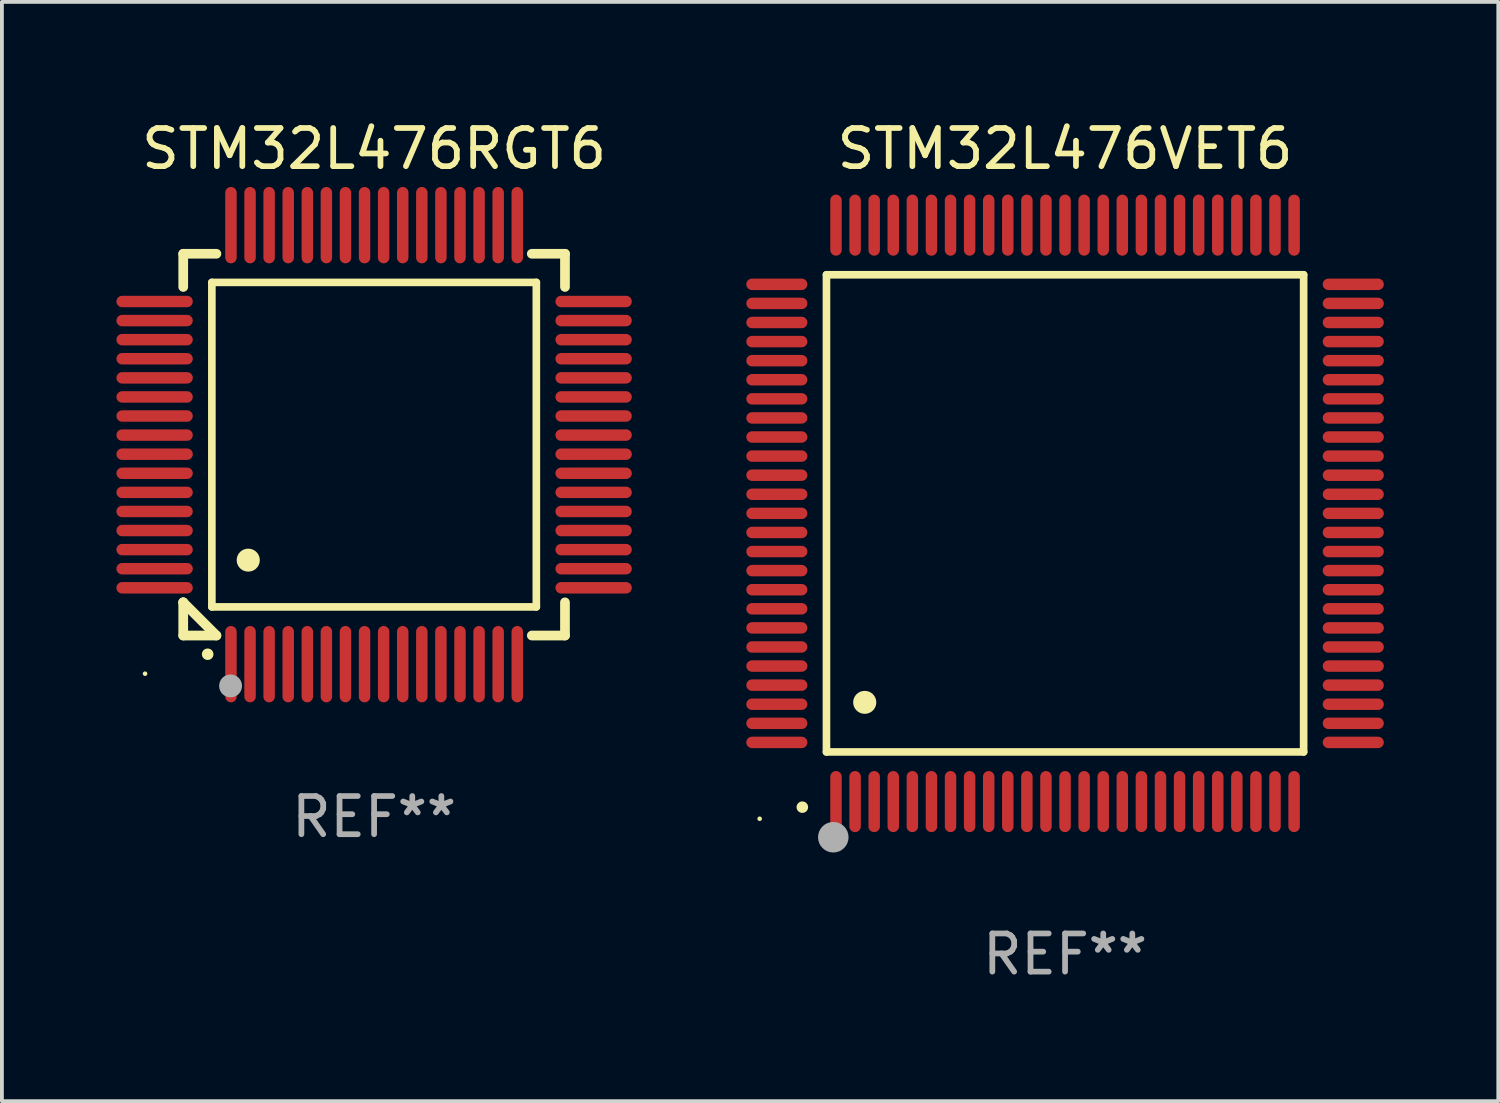
<source format=kicad_pcb>
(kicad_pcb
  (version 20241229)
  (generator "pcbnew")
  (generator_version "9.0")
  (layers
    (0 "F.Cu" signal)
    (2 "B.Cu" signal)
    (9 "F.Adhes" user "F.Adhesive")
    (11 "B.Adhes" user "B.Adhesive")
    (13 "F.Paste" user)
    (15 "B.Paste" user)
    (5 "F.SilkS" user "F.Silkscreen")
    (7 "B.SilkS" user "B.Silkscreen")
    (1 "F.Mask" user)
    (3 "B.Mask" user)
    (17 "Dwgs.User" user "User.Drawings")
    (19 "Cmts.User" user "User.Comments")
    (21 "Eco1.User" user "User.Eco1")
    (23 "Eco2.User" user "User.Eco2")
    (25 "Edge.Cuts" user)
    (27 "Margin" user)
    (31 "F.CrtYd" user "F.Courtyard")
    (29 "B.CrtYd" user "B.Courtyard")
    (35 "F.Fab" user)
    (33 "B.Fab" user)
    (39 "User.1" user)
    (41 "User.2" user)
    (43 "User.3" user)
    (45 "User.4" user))
  (footprint "STM32L476RGT6"
    (layer "F.Cu")
    (at 6.75 8.598)
    (property "Reference" "STM32L476RGT6" (at 0 -7.75 0) (layer "F.SilkS") (effects (font (size 1 1) (thickness 0.15))))
    (attr through_hole)
    (fp_line (start -5 -5) (end -4.131 -5) (stroke (width 0.254) (type solid)) (layer "F.SilkS"))
    (fp_line (start -5 -4.131) (end -5 -5) (stroke (width 0.254) (type solid)) (layer "F.SilkS"))
    (fp_line (start -5 4.131) (end -5 4.131) (stroke (width 0.254) (type solid)) (layer "F.SilkS"))
    (fp_line (start -5 5) (end -5 4.131) (stroke (width 0.254) (type solid)) (layer "F.SilkS"))
    (fp_line (start -5 4.131) (end -4.131 5) (stroke (width 0.254) (type solid)) (layer "F.SilkS"))
    (fp_line (start -4.25 -4.25) (end -4.25 4.25) (stroke (width 0.2) (type solid)) (layer "F.SilkS"))
    (fp_line (start -4.25 4.25) (end 4.25 4.25) (stroke (width 0.2) (type solid)) (layer "F.SilkS"))
    (fp_line (start -4.131 5) (end -5 5) (stroke (width 0.254) (type solid)) (layer "F.SilkS"))
    (fp_line (start 4.25 -4.25) (end -4.25 -4.25) (stroke (width 0.2) (type solid)) (layer "F.SilkS"))
    (fp_line (start 4.25 4.25) (end 4.25 -4.25) (stroke (width 0.2) (type solid)) (layer "F.SilkS"))
    (fp_line (start 5 -5) (end 4.131 -5) (stroke (width 0.254) (type solid)) (layer "F.SilkS"))
    (fp_line (start 5 -5) (end 5 -4.131) (stroke (width 0.254) (type solid)) (layer "F.SilkS"))
    (fp_line (start 5 4.131) (end 5 5) (stroke (width 0.254) (type solid)) (layer "F.SilkS"))
    (fp_line (start 5 5) (end 4.131 5) (stroke (width 0.254) (type solid)) (layer "F.SilkS"))
    (fp_arc (start -4.361265 5.489992) (mid -4.359995 5.489987) (end -4.358725 5.489992) (stroke (width 0.3) (type solid)) (layer "F.SilkS"))
    (fp_arc (start -3.299467 3.025146) (mid -3.296927 3.025135) (end -3.294387 3.025146) (stroke (width 0.6) (type solid)) (layer "F.SilkS"))
    (fp_circle (center -6 6) (end -5.97 6) (stroke (width 0.06) (type solid)) (fill no) (layer "F.SilkS"))
    (fp_circle (center -3.76 6.32) (end -3.61 6.32) (stroke (width 0.3) (type solid)) (fill no) (layer "F.Fab"))
    (fp_text user "REF**" (at 0 9.75 0) (layer "F.Fab") (effects (font (size 1 1) (thickness 0.15))))
    (pad "1" smd oval (at -3.75 5.75) (size 0.3 2) (layers "F.Cu" "F.Mask" "F.Paste"))
    (pad "2" smd oval (at -3.25 5.75) (size 0.3 2) (layers "F.Cu" "F.Mask" "F.Paste"))
    (pad "3" smd oval (at -2.75 5.75) (size 0.3 2) (layers "F.Cu" "F.Mask" "F.Paste"))
    (pad "4" smd oval (at -2.25 5.75) (size 0.3 2) (layers "F.Cu" "F.Mask" "F.Paste"))
    (pad "5" smd oval (at -1.75 5.75) (size 0.3 2) (layers "F.Cu" "F.Mask" "F.Paste"))
    (pad "6" smd oval (at -1.25 5.75) (size 0.3 2) (layers "F.Cu" "F.Mask" "F.Paste"))
    (pad "7" smd oval (at -0.75 5.75) (size 0.3 2) (layers "F.Cu" "F.Mask" "F.Paste"))
    (pad "8" smd oval (at -0.25 5.75) (size 0.3 2) (layers "F.Cu" "F.Mask" "F.Paste"))
    (pad "9" smd oval (at 0.25 5.75) (size 0.3 2) (layers "F.Cu" "F.Mask" "F.Paste"))
    (pad "10" smd oval (at 0.75 5.75) (size 0.3 2) (layers "F.Cu" "F.Mask" "F.Paste"))
    (pad "11" smd oval (at 1.25 5.75) (size 0.3 2) (layers "F.Cu" "F.Mask" "F.Paste"))
    (pad "12" smd oval (at 1.75 5.75) (size 0.3 2) (layers "F.Cu" "F.Mask" "F.Paste"))
    (pad "13" smd oval (at 2.25 5.75) (size 0.3 2) (layers "F.Cu" "F.Mask" "F.Paste"))
    (pad "14" smd oval (at 2.75 5.75) (size 0.3 2) (layers "F.Cu" "F.Mask" "F.Paste"))
    (pad "15" smd oval (at 3.25 5.75) (size 0.3 2) (layers "F.Cu" "F.Mask" "F.Paste"))
    (pad "16" smd oval (at 3.75 5.75) (size 0.3 2) (layers "F.Cu" "F.Mask" "F.Paste"))
    (pad "17" smd oval (at 5.75 3.75) (size 2 0.3) (layers "F.Cu" "F.Mask" "F.Paste"))
    (pad "18" smd oval (at 5.75 3.25) (size 2 0.3) (layers "F.Cu" "F.Mask" "F.Paste"))
    (pad "19" smd oval (at 5.75 2.75) (size 2 0.3) (layers "F.Cu" "F.Mask" "F.Paste"))
    (pad "20" smd oval (at 5.75 2.25) (size 2 0.3) (layers "F.Cu" "F.Mask" "F.Paste"))
    (pad "21" smd oval (at 5.75 1.75) (size 2 0.3) (layers "F.Cu" "F.Mask" "F.Paste"))
    (pad "22" smd oval (at 5.75 1.25) (size 2 0.3) (layers "F.Cu" "F.Mask" "F.Paste"))
    (pad "23" smd oval (at 5.75 0.75) (size 2 0.3) (layers "F.Cu" "F.Mask" "F.Paste"))
    (pad "24" smd oval (at 5.75 0.25) (size 2 0.3) (layers "F.Cu" "F.Mask" "F.Paste"))
    (pad "25" smd oval (at 5.75 -0.25) (size 2 0.3) (layers "F.Cu" "F.Mask" "F.Paste"))
    (pad "26" smd oval (at 5.75 -0.75) (size 2 0.3) (layers "F.Cu" "F.Mask" "F.Paste"))
    (pad "27" smd oval (at 5.75 -1.25) (size 2 0.3) (layers "F.Cu" "F.Mask" "F.Paste"))
    (pad "28" smd oval (at 5.75 -1.75) (size 2 0.3) (layers "F.Cu" "F.Mask" "F.Paste"))
    (pad "29" smd oval (at 5.75 -2.25) (size 2 0.3) (layers "F.Cu" "F.Mask" "F.Paste"))
    (pad "30" smd oval (at 5.75 -2.75) (size 2 0.3) (layers "F.Cu" "F.Mask" "F.Paste"))
    (pad "31" smd oval (at 5.75 -3.25) (size 2 0.3) (layers "F.Cu" "F.Mask" "F.Paste"))
    (pad "32" smd oval (at 5.75 -3.75) (size 2 0.3) (layers "F.Cu" "F.Mask" "F.Paste"))
    (pad "33" smd oval (at 3.75 -5.75) (size 0.3 2) (layers "F.Cu" "F.Mask" "F.Paste"))
    (pad "34" smd oval (at 3.25 -5.75) (size 0.3 2) (layers "F.Cu" "F.Mask" "F.Paste"))
    (pad "35" smd oval (at 2.75 -5.75) (size 0.3 2) (layers "F.Cu" "F.Mask" "F.Paste"))
    (pad "36" smd oval (at 2.25 -5.75) (size 0.3 2) (layers "F.Cu" "F.Mask" "F.Paste"))
    (pad "37" smd oval (at 1.75 -5.75) (size 0.3 2) (layers "F.Cu" "F.Mask" "F.Paste"))
    (pad "38" smd oval (at 1.25 -5.75) (size 0.3 2) (layers "F.Cu" "F.Mask" "F.Paste"))
    (pad "39" smd oval (at 0.75 -5.75) (size 0.3 2) (layers "F.Cu" "F.Mask" "F.Paste"))
    (pad "40" smd oval (at 0.25 -5.75) (size 0.3 2) (layers "F.Cu" "F.Mask" "F.Paste"))
    (pad "41" smd oval (at -0.25 -5.75) (size 0.3 2) (layers "F.Cu" "F.Mask" "F.Paste"))
    (pad "42" smd oval (at -0.75 -5.75) (size 0.3 2) (layers "F.Cu" "F.Mask" "F.Paste"))
    (pad "43" smd oval (at -1.25 -5.75) (size 0.3 2) (layers "F.Cu" "F.Mask" "F.Paste"))
    (pad "44" smd oval (at -1.75 -5.75) (size 0.3 2) (layers "F.Cu" "F.Mask" "F.Paste"))
    (pad "45" smd oval (at -2.25 -5.75) (size 0.3 2) (layers "F.Cu" "F.Mask" "F.Paste"))
    (pad "46" smd oval (at -2.75 -5.75) (size 0.3 2) (layers "F.Cu" "F.Mask" "F.Paste"))
    (pad "47" smd oval (at -3.25 -5.75) (size 0.3 2) (layers "F.Cu" "F.Mask" "F.Paste"))
    (pad "48" smd oval (at -3.75 -5.75) (size 0.3 2) (layers "F.Cu" "F.Mask" "F.Paste"))
    (pad "49" smd oval (at -5.75 -3.75) (size 2 0.3) (layers "F.Cu" "F.Mask" "F.Paste"))
    (pad "50" smd oval (at -5.75 -3.25) (size 2 0.3) (layers "F.Cu" "F.Mask" "F.Paste"))
    (pad "51" smd oval (at -5.75 -2.75) (size 2 0.3) (layers "F.Cu" "F.Mask" "F.Paste"))
    (pad "52" smd oval (at -5.75 -2.25) (size 2 0.3) (layers "F.Cu" "F.Mask" "F.Paste"))
    (pad "53" smd oval (at -5.75 -1.75) (size 2 0.3) (layers "F.Cu" "F.Mask" "F.Paste"))
    (pad "54" smd oval (at -5.75 -1.25) (size 2 0.3) (layers "F.Cu" "F.Mask" "F.Paste"))
    (pad "55" smd oval (at -5.75 -0.75) (size 2 0.3) (layers "F.Cu" "F.Mask" "F.Paste"))
    (pad "56" smd oval (at -5.75 -0.25) (size 2 0.3) (layers "F.Cu" "F.Mask" "F.Paste"))
    (pad "57" smd oval (at -5.75 0.25) (size 2 0.3) (layers "F.Cu" "F.Mask" "F.Paste"))
    (pad "58" smd oval (at -5.75 0.75) (size 2 0.3) (layers "F.Cu" "F.Mask" "F.Paste"))
    (pad "59" smd oval (at -5.75 1.25) (size 2 0.3) (layers "F.Cu" "F.Mask" "F.Paste"))
    (pad "60" smd oval (at -5.75 1.75) (size 2 0.3) (layers "F.Cu" "F.Mask" "F.Paste"))
    (pad "61" smd oval (at -5.75 2.25) (size 2 0.3) (layers "F.Cu" "F.Mask" "F.Paste"))
    (pad "62" smd oval (at -5.75 2.75) (size 2 0.3) (layers "F.Cu" "F.Mask" "F.Paste"))
    (pad "63" smd oval (at -5.75 3.25) (size 2 0.3) (layers "F.Cu" "F.Mask" "F.Paste"))
    (pad "64" smd oval (at -5.75 3.75) (size 2 0.3) (layers "F.Cu" "F.Mask" "F.Paste")))
  (footprint "STM32L476VET6"
    (layer "F.Cu")
    (at 24.85 10.398)
    (property "Reference" "STM32L476VET6" (at 0 -9.55 0) (layer "F.SilkS") (effects (font (size 1 1) (thickness 0.15))))
    (attr through_hole)
    (fp_line (start -6.25 -6.25) (end -6.25 6.25) (stroke (width 0.2) (type solid)) (layer "F.SilkS"))
    (fp_line (start -6.25 6.25) (end 6.25 6.25) (stroke (width 0.2) (type solid)) (layer "F.SilkS"))
    (fp_line (start 6.25 -6.25) (end -6.25 -6.25) (stroke (width 0.2) (type solid)) (layer "F.SilkS"))
    (fp_line (start 6.25 6.25) (end 6.25 -6.25) (stroke (width 0.2) (type solid)) (layer "F.SilkS"))
    (fp_arc (start -6.883414 7.696215) (mid -6.882144 7.69621) (end -6.880874 7.696215) (stroke (width 0.3) (type solid)) (layer "F.SilkS"))
    (fp_arc (start -5.250191 4.95047) (mid -5.247651 4.950459) (end -5.245111 4.95047) (stroke (width 0.6) (type solid)) (layer "F.SilkS"))
    (fp_circle (center -8 8) (end -7.97 8) (stroke (width 0.06) (type solid)) (fill no) (layer "F.SilkS"))
    (fp_circle (center -6.071 8.484) (end -5.871 8.484) (stroke (width 0.4) (type solid)) (fill no) (layer "F.Fab"))
    (fp_text user "REF**" (at 0 11.55 0) (layer "F.Fab") (effects (font (size 1 1) (thickness 0.15))))
    (pad "1" smd oval (at -6 7.55) (size 0.3 1.6) (layers "F.Cu" "F.Mask" "F.Paste"))
    (pad "2" smd oval (at -5.5 7.55) (size 0.3 1.6) (layers "F.Cu" "F.Mask" "F.Paste"))
    (pad "3" smd oval (at -5 7.55) (size 0.3 1.6) (layers "F.Cu" "F.Mask" "F.Paste"))
    (pad "4" smd oval (at -4.5 7.55) (size 0.3 1.6) (layers "F.Cu" "F.Mask" "F.Paste"))
    (pad "5" smd oval (at -4 7.55) (size 0.3 1.6) (layers "F.Cu" "F.Mask" "F.Paste"))
    (pad "6" smd oval (at -3.5 7.55) (size 0.3 1.6) (layers "F.Cu" "F.Mask" "F.Paste"))
    (pad "7" smd oval (at -3 7.55) (size 0.3 1.6) (layers "F.Cu" "F.Mask" "F.Paste"))
    (pad "8" smd oval (at -2.5 7.55) (size 0.3 1.6) (layers "F.Cu" "F.Mask" "F.Paste"))
    (pad "9" smd oval (at -2 7.55) (size 0.3 1.6) (layers "F.Cu" "F.Mask" "F.Paste"))
    (pad "10" smd oval (at -1.5 7.55) (size 0.3 1.6) (layers "F.Cu" "F.Mask" "F.Paste"))
    (pad "11" smd oval (at -1 7.55) (size 0.3 1.6) (layers "F.Cu" "F.Mask" "F.Paste"))
    (pad "12" smd oval (at -0.5 7.55) (size 0.3 1.6) (layers "F.Cu" "F.Mask" "F.Paste"))
    (pad "13" smd oval (at 0 7.55) (size 0.3 1.6) (layers "F.Cu" "F.Mask" "F.Paste"))
    (pad "14" smd oval (at 0.5 7.55) (size 0.3 1.6) (layers "F.Cu" "F.Mask" "F.Paste"))
    (pad "15" smd oval (at 1 7.55) (size 0.3 1.6) (layers "F.Cu" "F.Mask" "F.Paste"))
    (pad "16" smd oval (at 1.5 7.55) (size 0.3 1.6) (layers "F.Cu" "F.Mask" "F.Paste"))
    (pad "17" smd oval (at 2 7.55) (size 0.3 1.6) (layers "F.Cu" "F.Mask" "F.Paste"))
    (pad "18" smd oval (at 2.5 7.55) (size 0.3 1.6) (layers "F.Cu" "F.Mask" "F.Paste"))
    (pad "19" smd oval (at 3 7.55) (size 0.3 1.6) (layers "F.Cu" "F.Mask" "F.Paste"))
    (pad "20" smd oval (at 3.5 7.55) (size 0.3 1.6) (layers "F.Cu" "F.Mask" "F.Paste"))
    (pad "21" smd oval (at 4 7.55) (size 0.3 1.6) (layers "F.Cu" "F.Mask" "F.Paste"))
    (pad "22" smd oval (at 4.5 7.55) (size 0.3 1.6) (layers "F.Cu" "F.Mask" "F.Paste"))
    (pad "23" smd oval (at 5 7.55) (size 0.3 1.6) (layers "F.Cu" "F.Mask" "F.Paste"))
    (pad "24" smd oval (at 5.5 7.55) (size 0.3 1.6) (layers "F.Cu" "F.Mask" "F.Paste"))
    (pad "25" smd oval (at 6 7.55) (size 0.3 1.6) (layers "F.Cu" "F.Mask" "F.Paste"))
    (pad "26" smd oval (at 7.55 6) (size 1.6 0.3) (layers "F.Cu" "F.Mask" "F.Paste"))
    (pad "27" smd oval (at 7.55 5.5) (size 1.6 0.3) (layers "F.Cu" "F.Mask" "F.Paste"))
    (pad "28" smd oval (at 7.55 5) (size 1.6 0.3) (layers "F.Cu" "F.Mask" "F.Paste"))
    (pad "29" smd oval (at 7.55 4.5) (size 1.6 0.3) (layers "F.Cu" "F.Mask" "F.Paste"))
    (pad "30" smd oval (at 7.55 4) (size 1.6 0.3) (layers "F.Cu" "F.Mask" "F.Paste"))
    (pad "31" smd oval (at 7.55 3.5) (size 1.6 0.3) (layers "F.Cu" "F.Mask" "F.Paste"))
    (pad "32" smd oval (at 7.55 3) (size 1.6 0.3) (layers "F.Cu" "F.Mask" "F.Paste"))
    (pad "33" smd oval (at 7.55 2.5) (size 1.6 0.3) (layers "F.Cu" "F.Mask" "F.Paste"))
    (pad "34" smd oval (at 7.55 2) (size 1.6 0.3) (layers "F.Cu" "F.Mask" "F.Paste"))
    (pad "35" smd oval (at 7.55 1.5) (size 1.6 0.3) (layers "F.Cu" "F.Mask" "F.Paste"))
    (pad "36" smd oval (at 7.55 1) (size 1.6 0.3) (layers "F.Cu" "F.Mask" "F.Paste"))
    (pad "37" smd oval (at 7.55 0.5) (size 1.6 0.3) (layers "F.Cu" "F.Mask" "F.Paste"))
    (pad "38" smd oval (at 7.55 0) (size 1.6 0.3) (layers "F.Cu" "F.Mask" "F.Paste"))
    (pad "39" smd oval (at 7.55 -0.5) (size 1.6 0.3) (layers "F.Cu" "F.Mask" "F.Paste"))
    (pad "40" smd oval (at 7.55 -1) (size 1.6 0.3) (layers "F.Cu" "F.Mask" "F.Paste"))
    (pad "41" smd oval (at 7.55 -1.5) (size 1.6 0.3) (layers "F.Cu" "F.Mask" "F.Paste"))
    (pad "42" smd oval (at 7.55 -2) (size 1.6 0.3) (layers "F.Cu" "F.Mask" "F.Paste"))
    (pad "43" smd oval (at 7.55 -2.5) (size 1.6 0.3) (layers "F.Cu" "F.Mask" "F.Paste"))
    (pad "44" smd oval (at 7.55 -3) (size 1.6 0.3) (layers "F.Cu" "F.Mask" "F.Paste"))
    (pad "45" smd oval (at 7.55 -3.5) (size 1.6 0.3) (layers "F.Cu" "F.Mask" "F.Paste"))
    (pad "46" smd oval (at 7.55 -4) (size 1.6 0.3) (layers "F.Cu" "F.Mask" "F.Paste"))
    (pad "47" smd oval (at 7.55 -4.5) (size 1.6 0.3) (layers "F.Cu" "F.Mask" "F.Paste"))
    (pad "48" smd oval (at 7.55 -5) (size 1.6 0.3) (layers "F.Cu" "F.Mask" "F.Paste"))
    (pad "49" smd oval (at 7.55 -5.5) (size 1.6 0.3) (layers "F.Cu" "F.Mask" "F.Paste"))
    (pad "50" smd oval (at 7.55 -6) (size 1.6 0.3) (layers "F.Cu" "F.Mask" "F.Paste"))
    (pad "51" smd oval (at 6 -7.55) (size 0.3 1.6) (layers "F.Cu" "F.Mask" "F.Paste"))
    (pad "52" smd oval (at 5.5 -7.55) (size 0.3 1.6) (layers "F.Cu" "F.Mask" "F.Paste"))
    (pad "53" smd oval (at 5 -7.55) (size 0.3 1.6) (layers "F.Cu" "F.Mask" "F.Paste"))
    (pad "54" smd oval (at 4.5 -7.55) (size 0.3 1.6) (layers "F.Cu" "F.Mask" "F.Paste"))
    (pad "55" smd oval (at 4 -7.55) (size 0.3 1.6) (layers "F.Cu" "F.Mask" "F.Paste"))
    (pad "56" smd oval (at 3.5 -7.55) (size 0.3 1.6) (layers "F.Cu" "F.Mask" "F.Paste"))
    (pad "57" smd oval (at 3 -7.55) (size 0.3 1.6) (layers "F.Cu" "F.Mask" "F.Paste"))
    (pad "58" smd oval (at 2.5 -7.55) (size 0.3 1.6) (layers "F.Cu" "F.Mask" "F.Paste"))
    (pad "59" smd oval (at 2 -7.55) (size 0.3 1.6) (layers "F.Cu" "F.Mask" "F.Paste"))
    (pad "60" smd oval (at 1.5 -7.55) (size 0.3 1.6) (layers "F.Cu" "F.Mask" "F.Paste"))
    (pad "61" smd oval (at 1 -7.55) (size 0.3 1.6) (layers "F.Cu" "F.Mask" "F.Paste"))
    (pad "62" smd oval (at 0.5 -7.55) (size 0.3 1.6) (layers "F.Cu" "F.Mask" "F.Paste"))
    (pad "63" smd oval (at 0 -7.55) (size 0.3 1.6) (layers "F.Cu" "F.Mask" "F.Paste"))
    (pad "64" smd oval (at -0.5 -7.55) (size 0.3 1.6) (layers "F.Cu" "F.Mask" "F.Paste"))
    (pad "65" smd oval (at -1 -7.55) (size 0.3 1.6) (layers "F.Cu" "F.Mask" "F.Paste"))
    (pad "66" smd oval (at -1.5 -7.55) (size 0.3 1.6) (layers "F.Cu" "F.Mask" "F.Paste"))
    (pad "67" smd oval (at -2 -7.55) (size 0.3 1.6) (layers "F.Cu" "F.Mask" "F.Paste"))
    (pad "68" smd oval (at -2.5 -7.55) (size 0.3 1.6) (layers "F.Cu" "F.Mask" "F.Paste"))
    (pad "69" smd oval (at -3 -7.55) (size 0.3 1.6) (layers "F.Cu" "F.Mask" "F.Paste"))
    (pad "70" smd oval (at -3.5 -7.55) (size 0.3 1.6) (layers "F.Cu" "F.Mask" "F.Paste"))
    (pad "71" smd oval (at -4 -7.55) (size 0.3 1.6) (layers "F.Cu" "F.Mask" "F.Paste"))
    (pad "72" smd oval (at -4.5 -7.55) (size 0.3 1.6) (layers "F.Cu" "F.Mask" "F.Paste"))
    (pad "73" smd oval (at -5 -7.55) (size 0.3 1.6) (layers "F.Cu" "F.Mask" "F.Paste"))
    (pad "74" smd oval (at -5.5 -7.55) (size 0.3 1.6) (layers "F.Cu" "F.Mask" "F.Paste"))
    (pad "75" smd oval (at -6 -7.55) (size 0.3 1.6) (layers "F.Cu" "F.Mask" "F.Paste"))
    (pad "76" smd oval (at -7.55 -6) (size 1.6 0.3) (layers "F.Cu" "F.Mask" "F.Paste"))
    (pad "77" smd oval (at -7.55 -5.5) (size 1.6 0.3) (layers "F.Cu" "F.Mask" "F.Paste"))
    (pad "78" smd oval (at -7.55 -5) (size 1.6 0.3) (layers "F.Cu" "F.Mask" "F.Paste"))
    (pad "79" smd oval (at -7.55 -4.5) (size 1.6 0.3) (layers "F.Cu" "F.Mask" "F.Paste"))
    (pad "80" smd oval (at -7.55 -4) (size 1.6 0.3) (layers "F.Cu" "F.Mask" "F.Paste"))
    (pad "81" smd oval (at -7.55 -3.5) (size 1.6 0.3) (layers "F.Cu" "F.Mask" "F.Paste"))
    (pad "82" smd oval (at -7.55 -3) (size 1.6 0.3) (layers "F.Cu" "F.Mask" "F.Paste"))
    (pad "83" smd oval (at -7.55 -2.5) (size 1.6 0.3) (layers "F.Cu" "F.Mask" "F.Paste"))
    (pad "84" smd oval (at -7.55 -2) (size 1.6 0.3) (layers "F.Cu" "F.Mask" "F.Paste"))
    (pad "85" smd oval (at -7.55 -1.5) (size 1.6 0.3) (layers "F.Cu" "F.Mask" "F.Paste"))
    (pad "86" smd oval (at -7.55 -1) (size 1.6 0.3) (layers "F.Cu" "F.Mask" "F.Paste"))
    (pad "87" smd oval (at -7.55 -0.5) (size 1.6 0.3) (layers "F.Cu" "F.Mask" "F.Paste"))
    (pad "88" smd oval (at -7.55 0) (size 1.6 0.3) (layers "F.Cu" "F.Mask" "F.Paste"))
    (pad "89" smd oval (at -7.55 0.5) (size 1.6 0.3) (layers "F.Cu" "F.Mask" "F.Paste"))
    (pad "90" smd oval (at -7.55 1) (size 1.6 0.3) (layers "F.Cu" "F.Mask" "F.Paste"))
    (pad "91" smd oval (at -7.55 1.5) (size 1.6 0.3) (layers "F.Cu" "F.Mask" "F.Paste"))
    (pad "92" smd oval (at -7.55 2) (size 1.6 0.3) (layers "F.Cu" "F.Mask" "F.Paste"))
    (pad "93" smd oval (at -7.55 2.5) (size 1.6 0.3) (layers "F.Cu" "F.Mask" "F.Paste"))
    (pad "94" smd oval (at -7.55 3) (size 1.6 0.3) (layers "F.Cu" "F.Mask" "F.Paste"))
    (pad "95" smd oval (at -7.55 3.5) (size 1.6 0.3) (layers "F.Cu" "F.Mask" "F.Paste"))
    (pad "96" smd oval (at -7.55 4) (size 1.6 0.3) (layers "F.Cu" "F.Mask" "F.Paste"))
    (pad "97" smd oval (at -7.55 4.5) (size 1.6 0.3) (layers "F.Cu" "F.Mask" "F.Paste"))
    (pad "98" smd oval (at -7.55 5) (size 1.6 0.3) (layers "F.Cu" "F.Mask" "F.Paste"))
    (pad "99" smd oval (at -7.55 5.5) (size 1.6 0.3) (layers "F.Cu" "F.Mask" "F.Paste"))
    (pad "100" smd oval (at -7.55 6) (size 1.6 0.3) (layers "F.Cu" "F.Mask" "F.Paste")))
  (gr_rect
    (start -3 -3)
    (end 36.199 25.796)
    (stroke (width 0.1) (type default))
    (fill no)
    (layer "Edge.Cuts")))
</source>
